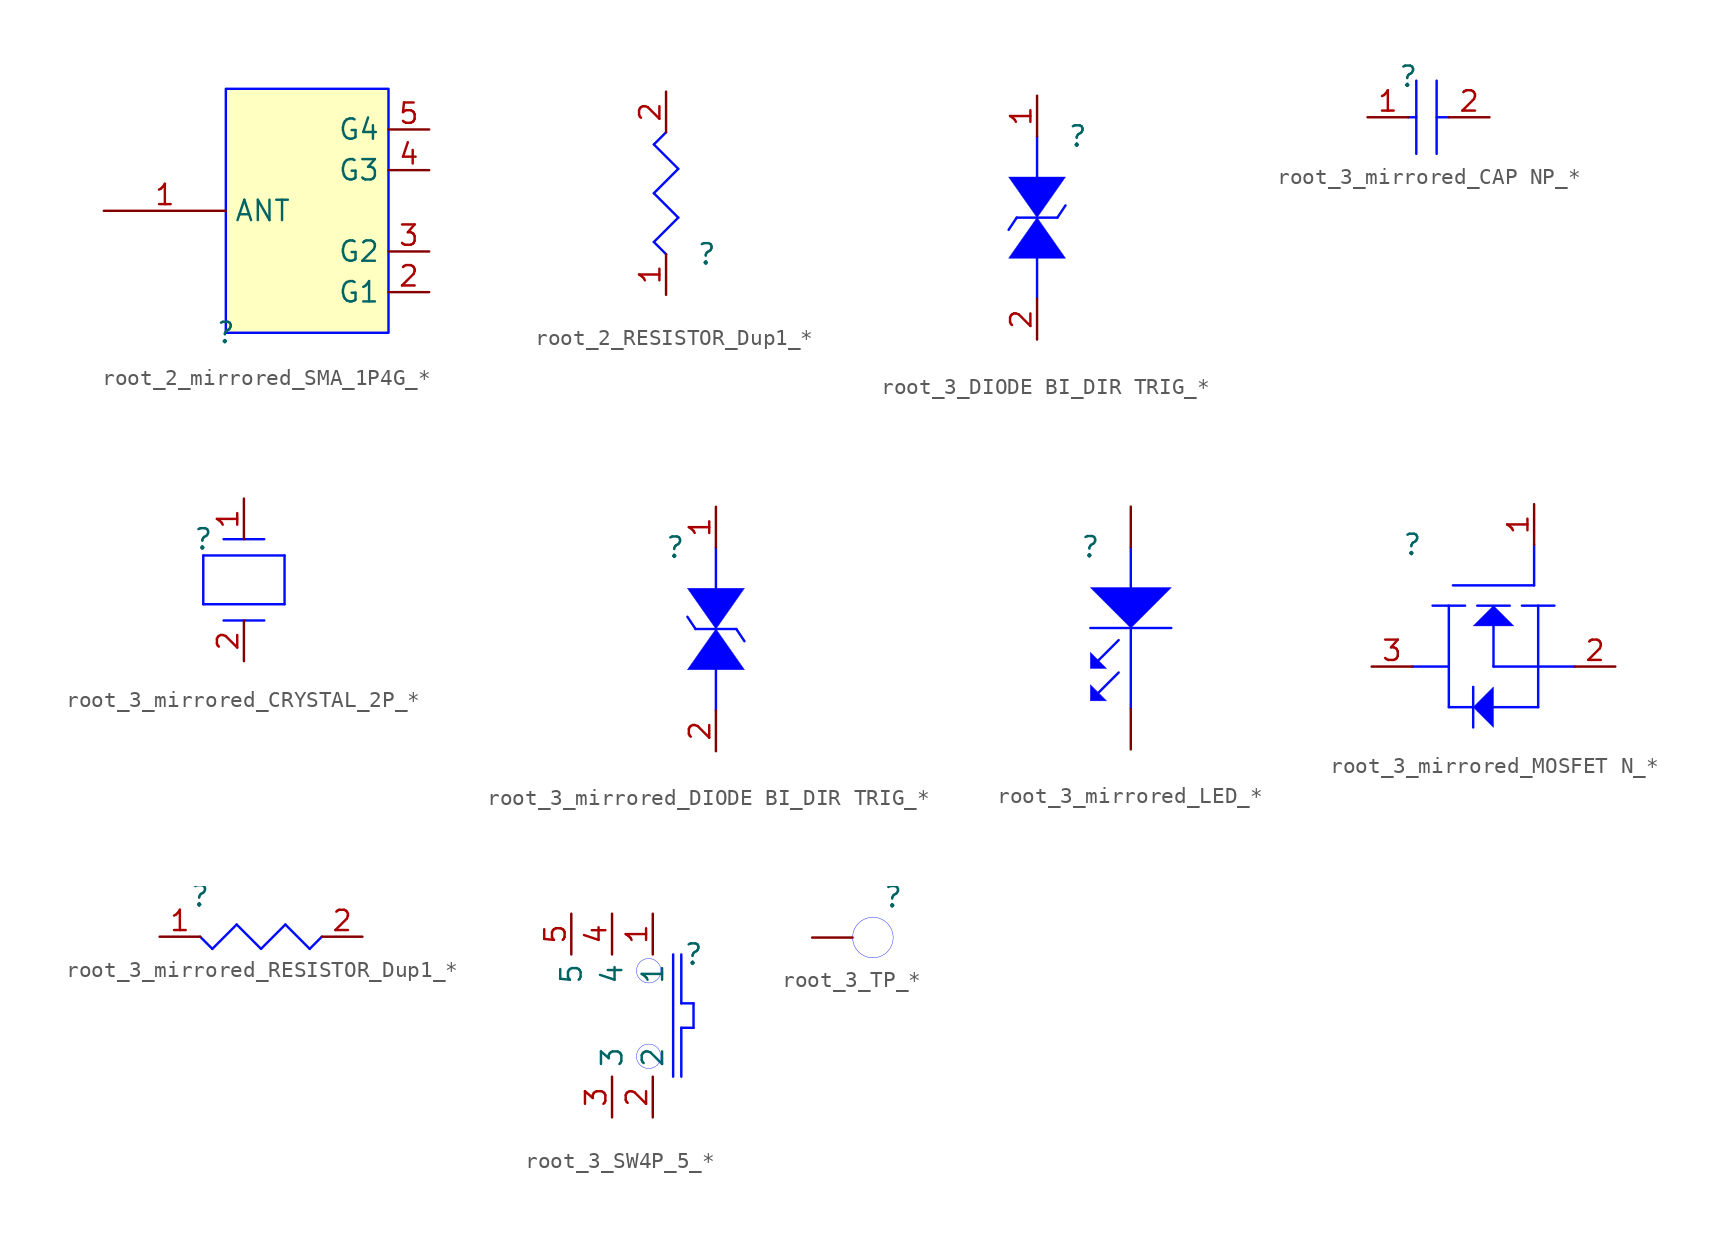
<source format=kicad_sym>
(kicad_symbol_lib
  (version 20241209)
  (generator "kicad_symbol_editor")
  (generator_version "9.0")
  (symbol "root_2_mirrored_SMA_1P4G_*"
    (property "Reference" ""
      (at 0 0 0)
      (effects (font (size 1.27 1.27))))
    (property "Value" ""
      (at 0 0 0)
      (effects (font (size 1.27 1.27))))
    (symbol "root_2_mirrored_SMA_1P4G_*_1_0"
      (rectangle (start 10.16 15.24) (end 0 0) (stroke (width 0) (type solid) (color 0 11 255 1)) (fill (type background)))
      (pin passive line (at -7.62 7.62 0) (length 7.62) (name "ANT" (effects (font (size 1.27 1.27)))) (number "1" (effects (font (size 1.27 1.27)))))
      (pin passive line (at 12.7 12.7 180) (length 2.54) (name "G4" (effects (font (size 1.27 1.27)))) (number "5" (effects (font (size 1.27 1.27)))))
      (pin passive line (at 12.7 10.16 180) (length 2.54) (name "G3" (effects (font (size 1.27 1.27)))) (number "4" (effects (font (size 1.27 1.27)))))
      (pin passive line (at 12.7 5.08 180) (length 2.54) (name "G2" (effects (font (size 1.27 1.27)))) (number "3" (effects (font (size 1.27 1.27)))))
      (pin passive line (at 12.7 2.54 180) (length 2.54) (name "G1" (effects (font (size 1.27 1.27)))) (number "2" (effects (font (size 1.27 1.27)))))))
  (symbol "root_2_RESISTOR_Dup1_*"
    (pin_names
      (hide yes))
    (property "Reference" ""
      (at 0 0 0)
      (effects (font (size 1.27 1.27))))
    (property "Value" ""
      (at 0 0 0)
      (effects (font (size 1.27 1.27))))
    (symbol "root_2_RESISTOR_Dup1_*_1_0"
      (polyline (pts (xy -3.302 6.858) (xy -2.54 7.62)) (stroke (width 0) (type solid) (color 0 11 255 1)) (fill (type none)))
      (polyline (pts (xy -3.302 3.81) (xy -1.778 5.334)) (stroke (width 0) (type solid) (color 0 11 255 1)) (fill (type none)))
      (polyline (pts (xy -3.302 0.762) (xy -1.778 2.286)) (stroke (width 0) (type solid) (color 0 11 255 1)) (fill (type none)))
      (polyline (pts (xy -2.54 0) (xy -3.302 0.762)) (stroke (width 0) (type solid) (color 0 11 255 1)) (fill (type none)))
      (polyline (pts (xy -1.778 5.334) (xy -3.302 6.858)) (stroke (width 0) (type solid) (color 0 11 255 1)) (fill (type none)))
      (polyline (pts (xy -1.778 2.286) (xy -3.302 3.81)) (stroke (width 0) (type solid) (color 0 11 255 1)) (fill (type none)))
      (pin passive line (at -2.54 10.16 270) (length 2.54) (name "2" (effects (font (size 1.27 1.27)))) (number "2" (effects (font (size 1.27 1.27)))))
      (pin passive line (at -2.54 -2.54 90) (length 2.54) (name "1" (effects (font (size 1.27 1.27)))) (number "1" (effects (font (size 1.27 1.27)))))))
  (symbol "root_3_DIODE BI_DIR TRIG_*"
    (pin_names
      (hide yes))
    (property "Reference" ""
      (at 0 0 0)
      (effects (font (size 1.27 1.27))))
    (property "Value" ""
      (at 0 0 0)
      (effects (font (size 1.27 1.27))))
    (symbol "root_3_DIODE BI_DIR TRIG_*_1_0"
      (polyline (pts (xy -3.81 -5.08) (xy -4.318 -5.842)) (stroke (width 0) (type solid) (color 0 11 255 1)) (fill (type none)))
      (polyline (pts (xy -2.54 0) (xy -2.54 -2.54)) (stroke (width 0) (type solid) (color 0 11 255 1)) (fill (type none)))
      (polyline (pts (xy -2.54 -5.08) (xy -2.54 -5.08) (xy -4.318 -2.54) (xy -0.762 -2.54) (xy -2.54 -5.08) (xy -2.54 -5.08)) (stroke (width 0.025) (type solid) (color 0 11 255 1)) (fill (type color) (color 0 0 255 1)))
      (polyline (pts (xy -2.54 -5.08) (xy -2.54 -5.08) (xy -0.762 -7.62) (xy -4.318 -7.62) (xy -2.54 -5.08) (xy -2.54 -5.08)) (stroke (width 0.025) (type solid) (color 0 11 255 1)) (fill (type color) (color 0 0 255 1)))
      (polyline (pts (xy -2.54 -7.62) (xy -2.54 -10.16)) (stroke (width 0) (type solid) (color 0 11 255 1)) (fill (type none)))
      (polyline (pts (xy -1.27 -5.08) (xy -3.81 -5.08)) (stroke (width 0) (type solid) (color 0 11 255 1)) (fill (type none)))
      (polyline (pts (xy -1.27 -5.08) (xy -0.762 -4.318)) (stroke (width 0) (type solid) (color 0 11 255 1)) (fill (type none)))
      (pin passive line (at -2.54 2.54 270) (length 2.54) (name "1" (effects (font (size 1.27 1.27)))) (number "1" (effects (font (size 1.27 1.27)))))
      (pin passive line (at -2.54 -12.7 90) (length 2.54) (name "2" (effects (font (size 1.27 1.27)))) (number "2" (effects (font (size 1.27 1.27)))))))
  (symbol "root_3_mirrored_CAP NP_*"
    (pin_names
      (hide yes))
    (property "Reference" ""
      (at 0 0 0)
      (effects (font (size 1.27 1.27))))
    (property "Value" ""
      (at 0 0 0)
      (effects (font (size 1.27 1.27))))
    (symbol "root_3_mirrored_CAP NP_*_1_0"
      (polyline (pts (xy 0 -2.54) (xy 0.508 -2.54)) (stroke (width 0) (type solid) (color 0 11 255 1)) (fill (type none)))
      (polyline (pts (xy 0.508 -0.254) (xy 0.508 -4.826)) (stroke (width 0) (type solid) (color 0 11 255 1)) (fill (type none)))
      (polyline (pts (xy 1.778 -0.254) (xy 1.778 -4.826)) (stroke (width 0) (type solid) (color 0 11 255 1)) (fill (type none)))
      (polyline (pts (xy 2.54 -2.54) (xy 1.778 -2.54)) (stroke (width 0) (type solid) (color 0 11 255 1)) (fill (type none)))
      (pin passive line (at -2.54 -2.54 0) (length 2.54) (name "1" (effects (font (size 1.27 1.27)))) (number "1" (effects (font (size 1.27 1.27)))))
      (pin passive line (at 5.08 -2.54 180) (length 2.54) (name "2" (effects (font (size 1.27 1.27)))) (number "2" (effects (font (size 1.27 1.27)))))))
  (symbol "root_3_mirrored_CRYSTAL_2P_*"
    (pin_names
      (hide yes))
    (property "Reference" ""
      (at 0 0 0)
      (effects (font (size 1.27 1.27))))
    (property "Value" ""
      (at 0 0 0)
      (effects (font (size 1.27 1.27))))
    (symbol "root_3_mirrored_CRYSTAL_2P_*_1_0"
      (polyline (pts (xy 0 -1.016) (xy 5.08 -1.016)) (stroke (width 0) (type solid) (color 0 11 255 1)) (fill (type none)))
      (polyline (pts (xy 0 -4.064) (xy 0 -1.016)) (stroke (width 0) (type solid) (color 0 11 255 1)) (fill (type none)))
      (polyline (pts (xy 1.27 0) (xy 3.81 0)) (stroke (width 0) (type solid) (color 0 11 255 1)) (fill (type none)))
      (polyline (pts (xy 1.27 -5.08) (xy 3.81 -5.08)) (stroke (width 0) (type solid) (color 0 11 255 1)) (fill (type none)))
      (polyline (pts (xy 5.08 -1.016) (xy 5.08 -4.064)) (stroke (width 0) (type solid) (color 0 11 255 1)) (fill (type none)))
      (polyline (pts (xy 5.08 -4.064) (xy 0 -4.064)) (stroke (width 0) (type solid) (color 0 11 255 1)) (fill (type none)))
      (pin passive line (at 2.54 2.54 270) (length 2.54) (name "1" (effects (font (size 1.27 1.27)))) (number "1" (effects (font (size 1.27 1.27)))))
      (pin passive line (at 2.54 -7.62 90) (length 2.54) (name "2" (effects (font (size 1.27 1.27)))) (number "2" (effects (font (size 1.27 1.27)))))))
  (symbol "root_3_mirrored_DIODE BI_DIR TRIG_*"
    (pin_names
      (hide yes))
    (property "Reference" ""
      (at 0 0 0)
      (effects (font (size 1.27 1.27))))
    (property "Value" ""
      (at 0 0 0)
      (effects (font (size 1.27 1.27))))
    (symbol "root_3_mirrored_DIODE BI_DIR TRIG_*_1_0"
      (polyline (pts (xy 1.27 -5.08) (xy 0.762 -4.318)) (stroke (width 0) (type solid) (color 0 11 255 1)) (fill (type none)))
      (polyline (pts (xy 1.27 -5.08) (xy 3.81 -5.08)) (stroke (width 0) (type solid) (color 0 11 255 1)) (fill (type none)))
      (polyline (pts (xy 2.54 0) (xy 2.54 -2.54)) (stroke (width 0) (type solid) (color 0 11 255 1)) (fill (type none)))
      (polyline (pts (xy 2.54 -5.08) (xy 2.54 -5.08) (xy 0.762 -7.62) (xy 4.318 -7.62) (xy 2.54 -5.08) (xy 2.54 -5.08)) (stroke (width 0.025) (type solid) (color 0 11 255 1)) (fill (type color) (color 0 0 255 1)))
      (polyline (pts (xy 2.54 -5.08) (xy 2.54 -5.08) (xy 4.318 -2.54) (xy 0.762 -2.54) (xy 2.54 -5.08) (xy 2.54 -5.08)) (stroke (width 0.025) (type solid) (color 0 11 255 1)) (fill (type color) (color 0 0 255 1)))
      (polyline (pts (xy 2.54 -7.62) (xy 2.54 -10.16)) (stroke (width 0) (type solid) (color 0 11 255 1)) (fill (type none)))
      (polyline (pts (xy 3.81 -5.08) (xy 4.318 -5.842)) (stroke (width 0) (type solid) (color 0 11 255 1)) (fill (type none)))
      (pin passive line (at 2.54 2.54 270) (length 2.54) (name "1" (effects (font (size 1.27 1.27)))) (number "1" (effects (font (size 1.27 1.27)))))
      (pin passive line (at 2.54 -12.7 90) (length 2.54) (name "2" (effects (font (size 1.27 1.27)))) (number "2" (effects (font (size 1.27 1.27)))))))
  (symbol "root_3_mirrored_LED_*"
    (pin_numbers
      (hide yes))
    (pin_names
      (hide yes))
    (property "Reference" ""
      (at 0 0 0)
      (effects (font (size 1.27 1.27))))
    (property "Value" ""
      (at 0 0 0)
      (effects (font (size 1.27 1.27))))
    (symbol "root_3_mirrored_LED_*_1_0"
      (polyline (pts (xy 0 -2.54) (xy 5.08 -2.54) (xy 2.54 -5.08) (xy 0 -2.54) (xy 0 -2.54)) (stroke (width 0.025) (type solid) (color 0 11 255 1)) (fill (type color) (color 0 0 255 1)))
      (polyline (pts (xy 0 -5.08) (xy 5.08 -5.08)) (stroke (width 0) (type solid) (color 0 11 255 1)) (fill (type none)))
      (polyline (pts (xy 0 -6.604) (xy 0 -7.62) (xy 1.016 -7.62) (xy 0 -6.604) (xy 0 -6.604)) (stroke (width 0.025) (type solid) (color 0 11 255 1)) (fill (type color) (color 0 0 255 1)))
      (polyline (pts (xy 0 -9.652) (xy 0 -8.636) (xy 1.016 -9.652) (xy 0 -9.652) (xy 0 -9.652)) (stroke (width 0.025) (type solid) (color 0 11 255 1)) (fill (type color) (color 0 0 255 1)))
      (polyline (pts (xy 0.508 -7.112) (xy 1.778 -5.842)) (stroke (width 0) (type solid) (color 0 11 255 1)) (fill (type none)))
      (polyline (pts (xy 0.508 -9.144) (xy 1.778 -7.874)) (stroke (width 0) (type solid) (color 0 11 255 1)) (fill (type none)))
      (polyline (pts (xy 2.54 0) (xy 2.54 -2.54)) (stroke (width 0) (type solid) (color 0 11 255 1)) (fill (type none)))
      (polyline (pts (xy 2.54 -5.08) (xy 2.54 -10.16)) (stroke (width 0) (type solid) (color 0 11 255 1)) (fill (type none)))
      (pin passive line (at 2.54 2.54 270) (length 2.54) (name "ANODE" (effects (font (size 1.27 1.27)))) (number "1" (effects (font (size 1.27 1.27)))))
      (pin passive line (at 2.54 -12.7 90) (length 2.54) (name "CATHODE" (effects (font (size 1.27 1.27)))) (number "2" (effects (font (size 1.27 1.27)))))))
  (symbol "root_3_mirrored_MOSFET N_*"
    (pin_names
      (hide yes))
    (property "Reference" ""
      (at 0 0 0)
      (effects (font (size 1.27 1.27))))
    (property "Value" ""
      (at 0 0 0)
      (effects (font (size 1.27 1.27))))
    (symbol "root_3_mirrored_MOSFET N_*_1_0"
      (polyline (pts (xy 0 -7.62) (xy 2.286 -7.62)) (stroke (width 0) (type solid) (color 0 11 255 1)) (fill (type none)))
      (polyline (pts (xy 2.286 -10.16) (xy 2.286 -3.81)) (stroke (width 0) (type solid) (color 0 11 255 1)) (fill (type none)))
      (polyline (pts (xy 2.54 -2.54) (xy 7.62 -2.54)) (stroke (width 0) (type solid) (color 0 11 255 1)) (fill (type none)))
      (polyline (pts (xy 3.302 -3.81) (xy 1.27 -3.81)) (stroke (width 0) (type solid) (color 0 11 255 1)) (fill (type none)))
      (polyline (pts (xy 3.81 -8.89) (xy 3.81 -11.43)) (stroke (width 0) (type solid) (color 0 11 255 1)) (fill (type none)))
      (polyline (pts (xy 3.81 -10.16) (xy 2.286 -10.16)) (stroke (width 0) (type solid) (color 0 11 255 1)) (fill (type none)))
      (polyline (pts (xy 5.08 -3.81) (xy 3.81 -5.08) (xy 6.35 -5.08) (xy 5.08 -3.81) (xy 5.08 -3.81)) (stroke (width 0.025) (type solid) (color 0 11 255 1)) (fill (type color) (color 0 0 255 1)))
      (polyline (pts (xy 5.08 -5.08) (xy 5.08 -7.62)) (stroke (width 0) (type solid) (color 0 11 255 1)) (fill (type none)))
      (polyline (pts (xy 5.08 -7.62) (xy 10.16 -7.62)) (stroke (width 0) (type solid) (color 0 11 255 1)) (fill (type none)))
      (polyline (pts (xy 5.08 -8.89) (xy 5.08 -11.43) (xy 3.81 -10.16) (xy 5.08 -8.89) (xy 5.08 -8.89)) (stroke (width 0.025) (type solid) (color 0 11 255 1)) (fill (type color) (color 0 0 255 1)))
      (polyline (pts (xy 6.096 -3.81) (xy 4.064 -3.81)) (stroke (width 0) (type solid) (color 0 11 255 1)) (fill (type none)))
      (polyline (pts (xy 7.62 -2.54) (xy 7.62 0)) (stroke (width 0) (type solid) (color 0 11 255 1)) (fill (type none)))
      (polyline (pts (xy 7.874 -3.81) (xy 7.874 -10.16)) (stroke (width 0) (type solid) (color 0 11 255 1)) (fill (type none)))
      (polyline (pts (xy 7.874 -10.16) (xy 5.08 -10.16)) (stroke (width 0) (type solid) (color 0 11 255 1)) (fill (type none)))
      (polyline (pts (xy 8.89 -3.81) (xy 6.858 -3.81)) (stroke (width 0) (type solid) (color 0 11 255 1)) (fill (type none)))
      (pin passive line (at -2.54 -7.62 0) (length 2.54) (name "DRAIN" (effects (font (size 1.27 1.27)))) (number "3" (effects (font (size 1.27 1.27)))))
      (pin passive line (at 7.62 2.54 270) (length 2.54) (name "GATE" (effects (font (size 1.27 1.27)))) (number "1" (effects (font (size 1.27 1.27)))))
      (pin passive line (at 12.7 -7.62 180) (length 2.54) (name "SOURCE" (effects (font (size 1.27 1.27)))) (number "2" (effects (font (size 1.27 1.27)))))))
  (symbol "root_3_mirrored_RESISTOR_Dup1_*"
    (pin_names
      (hide yes))
    (property "Reference" ""
      (at 0 0 0)
      (effects (font (size 1.27 1.27))))
    (property "Value" ""
      (at 0 0 0)
      (effects (font (size 1.27 1.27))))
    (symbol "root_3_mirrored_RESISTOR_Dup1_*_1_0"
      (polyline (pts (xy 0 -2.54) (xy 0.762 -3.302)) (stroke (width 0) (type solid) (color 0 11 255 1)) (fill (type none)))
      (polyline (pts (xy 0.762 -3.302) (xy 2.286 -1.778)) (stroke (width 0) (type solid) (color 0 11 255 1)) (fill (type none)))
      (polyline (pts (xy 2.286 -1.778) (xy 3.81 -3.302)) (stroke (width 0) (type solid) (color 0 11 255 1)) (fill (type none)))
      (polyline (pts (xy 3.81 -3.302) (xy 5.334 -1.778)) (stroke (width 0) (type solid) (color 0 11 255 1)) (fill (type none)))
      (polyline (pts (xy 5.334 -1.778) (xy 6.858 -3.302)) (stroke (width 0) (type solid) (color 0 11 255 1)) (fill (type none)))
      (polyline (pts (xy 6.858 -3.302) (xy 7.62 -2.54)) (stroke (width 0) (type solid) (color 0 11 255 1)) (fill (type none)))
      (pin passive line (at -2.54 -2.54 0) (length 2.54) (name "1" (effects (font (size 1.27 1.27)))) (number "1" (effects (font (size 1.27 1.27)))))
      (pin passive line (at 10.16 -2.54 180) (length 2.54) (name "2" (effects (font (size 1.27 1.27)))) (number "2" (effects (font (size 1.27 1.27)))))))
  (symbol "root_3_SW4P_5_*"
    (property "Reference" ""
      (at 0 0 0)
      (effects (font (size 1.27 1.27))))
    (property "Value" ""
      (at 0 0 0)
      (effects (font (size 1.27 1.27))))
    (symbol "root_3_SW4P_5_*_1_0"
      (circle (center -2.794 -1.016) (radius 0.762) (stroke (width 0.025) (type solid) (color 0 11 255 1)) (fill (type none)))
      (circle (center -2.794 -6.35) (radius 0.762) (stroke (width 0.025) (type solid) (color 0 11 255 1)) (fill (type none)))
      (polyline (pts (xy -1.27 0) (xy -1.27 -7.62)) (stroke (width 0) (type solid) (color 0 11 255 1)) (fill (type none)))
      (polyline (pts (xy -0.762 -3.048) (xy -0.762 0)) (stroke (width 0) (type solid) (color 0 11 255 1)) (fill (type none)))
      (polyline (pts (xy -0.762 -4.572) (xy 0 -4.572)) (stroke (width 0) (type solid) (color 0 11 255 1)) (fill (type none)))
      (polyline (pts (xy -0.762 -7.62) (xy -0.762 -4.572)) (stroke (width 0) (type solid) (color 0 11 255 1)) (fill (type none)))
      (polyline (pts (xy 0 -3.048) (xy -0.762 -3.048)) (stroke (width 0) (type solid) (color 0 11 255 1)) (fill (type none)))
      (polyline (pts (xy 0 -4.572) (xy 0 -3.048)) (stroke (width 0) (type solid) (color 0 11 255 1)) (fill (type none)))
      (pin passive line (at -7.62 2.54 270) (length 2.54) (name "5" (effects (font (size 1.27 1.27)))) (number "5" (effects (font (size 1.27 1.27)))))
      (pin passive line (at -5.08 2.54 270) (length 2.54) (name "4" (effects (font (size 1.27 1.27)))) (number "4" (effects (font (size 1.27 1.27)))))
      (pin passive line (at -5.08 -10.16 90) (length 2.54) (name "3" (effects (font (size 1.27 1.27)))) (number "3" (effects (font (size 1.27 1.27)))))
      (pin passive line (at -2.54 2.54 270) (length 2.54) (name "1" (effects (font (size 1.27 1.27)))) (number "1" (effects (font (size 1.27 1.27)))))
      (pin passive line (at -2.54 -10.16 90) (length 2.54) (name "2" (effects (font (size 1.27 1.27)))) (number "2" (effects (font (size 1.27 1.27)))))))
  (symbol "root_3_TP_*"
    (pin_numbers
      (hide yes))
    (pin_names
      (hide yes))
    (property "Reference" ""
      (at 0 0 0)
      (effects (font (size 1.27 1.27))))
    (property "Value" ""
      (at 0 0 0)
      (effects (font (size 1.27 1.27))))
    (symbol "root_3_TP_*_1_0"
      (circle (center -1.27 -2.54) (radius 1.27) (stroke (width 0.025) (type solid) (color 0 11 255 1)) (fill (type none)))
      (pin passive line (at -5.08 -2.54 0) (length 2.54) (name "1" (effects (font (size 1.27 1.27)))) (number "1" (effects (font (size 1.27 1.27))))))))
</source>
